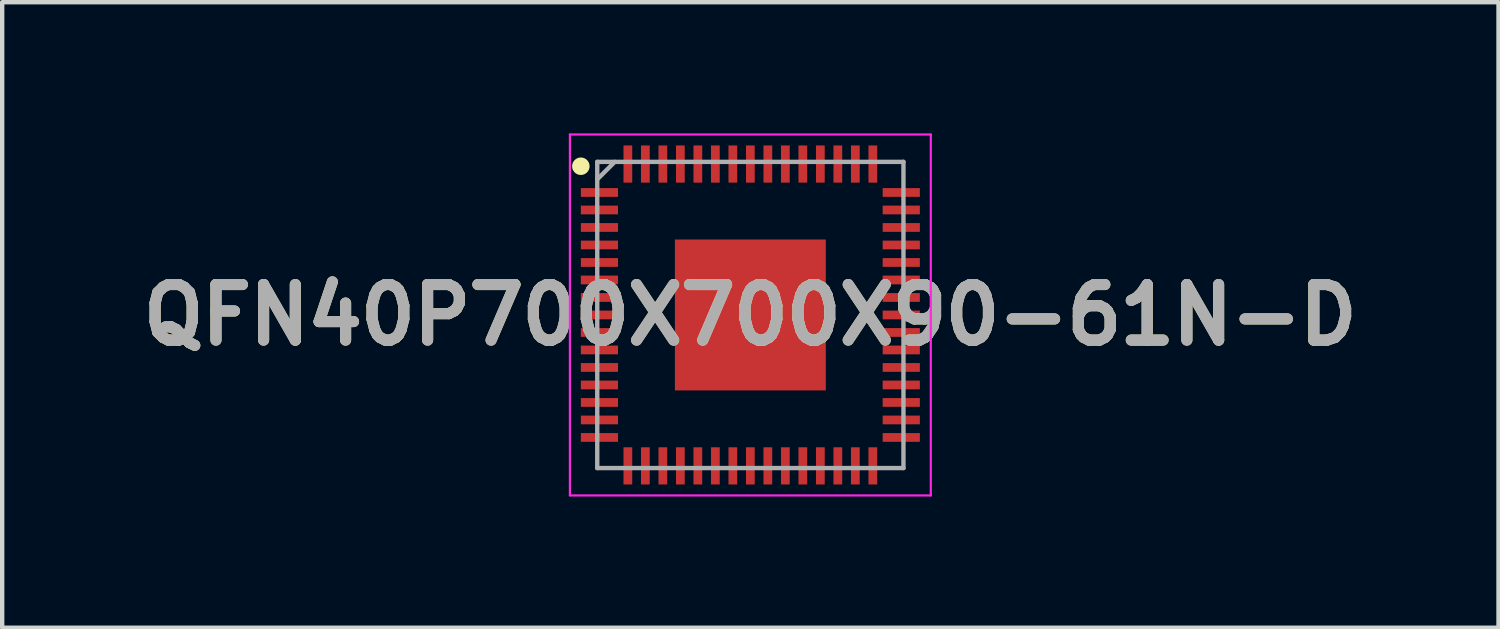
<source format=kicad_pcb>
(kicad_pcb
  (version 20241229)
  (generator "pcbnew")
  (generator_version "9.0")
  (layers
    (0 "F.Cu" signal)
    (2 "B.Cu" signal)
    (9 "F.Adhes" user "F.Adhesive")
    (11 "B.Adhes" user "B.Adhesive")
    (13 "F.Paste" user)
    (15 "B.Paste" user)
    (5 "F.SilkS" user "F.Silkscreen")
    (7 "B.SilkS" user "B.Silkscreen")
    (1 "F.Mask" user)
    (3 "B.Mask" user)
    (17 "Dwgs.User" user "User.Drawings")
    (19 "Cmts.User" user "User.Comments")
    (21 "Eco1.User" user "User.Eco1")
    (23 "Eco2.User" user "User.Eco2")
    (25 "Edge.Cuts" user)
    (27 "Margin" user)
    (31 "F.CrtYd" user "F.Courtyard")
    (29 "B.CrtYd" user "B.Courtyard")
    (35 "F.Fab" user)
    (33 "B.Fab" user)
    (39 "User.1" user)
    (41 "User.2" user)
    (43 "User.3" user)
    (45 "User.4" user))
  (footprint "QFN40P700X700X90-61N-D"
    (layer "F.Cu")
    (at 14.103 4.15)
    (property "Reference" "QFN40P700X700X90-61N-D" (at 0 0 0) (layer "F.SilkS") (effects (font (size 1.27 1.27) (thickness 0.254))))
    (attr smd)
    (fp_circle (center -3.875 -3.4) (end -3.875 -3.3) (stroke (width 0.2) (type solid)) (fill no) (layer "F.SilkS"))
    (fp_line (start -4.125 -4.125) (end 4.125 -4.125) (stroke (width 0.05) (type solid)) (layer "F.CrtYd"))
    (fp_line (start -4.125 4.125) (end -4.125 -4.125) (stroke (width 0.05) (type solid)) (layer "F.CrtYd"))
    (fp_line (start 4.125 -4.125) (end 4.125 4.125) (stroke (width 0.05) (type solid)) (layer "F.CrtYd"))
    (fp_line (start 4.125 4.125) (end -4.125 4.125) (stroke (width 0.05) (type solid)) (layer "F.CrtYd"))
    (fp_line (start -3.5 -3.5) (end 3.5 -3.5) (stroke (width 0.1) (type solid)) (layer "F.Fab"))
    (fp_line (start -3.5 -3.1) (end -3.1 -3.5) (stroke (width 0.1) (type solid)) (layer "F.Fab"))
    (fp_line (start -3.5 3.5) (end -3.5 -3.5) (stroke (width 0.1) (type solid)) (layer "F.Fab"))
    (fp_line (start 3.5 -3.5) (end 3.5 3.5) (stroke (width 0.1) (type solid)) (layer "F.Fab"))
    (fp_line (start 3.5 3.5) (end -3.5 3.5) (stroke (width 0.1) (type solid)) (layer "F.Fab"))
    (fp_text user "${REFERENCE}" (at 0 0 0) (layer "F.Fab") (effects (font (size 1.27 1.27) (thickness 0.254))))
    (pad "1" smd rect (at -3.45 -2.8 90) (size 0.2 0.85) (layers "F.Cu" "F.Mask" "F.Paste"))
    (pad "2" smd rect (at -3.45 -2.4 90) (size 0.2 0.85) (layers "F.Cu" "F.Mask" "F.Paste"))
    (pad "3" smd rect (at -3.45 -2 90) (size 0.2 0.85) (layers "F.Cu" "F.Mask" "F.Paste"))
    (pad "4" smd rect (at -3.45 -1.6 90) (size 0.2 0.85) (layers "F.Cu" "F.Mask" "F.Paste"))
    (pad "5" smd rect (at -3.45 -1.2 90) (size 0.2 0.85) (layers "F.Cu" "F.Mask" "F.Paste"))
    (pad "6" smd rect (at -3.45 -0.8 90) (size 0.2 0.85) (layers "F.Cu" "F.Mask" "F.Paste"))
    (pad "7" smd rect (at -3.45 -0.4 90) (size 0.2 0.85) (layers "F.Cu" "F.Mask" "F.Paste"))
    (pad "8" smd rect (at -3.45 0 90) (size 0.2 0.85) (layers "F.Cu" "F.Mask" "F.Paste"))
    (pad "9" smd rect (at -3.45 0.4 90) (size 0.2 0.85) (layers "F.Cu" "F.Mask" "F.Paste"))
    (pad "10" smd rect (at -3.45 0.8 90) (size 0.2 0.85) (layers "F.Cu" "F.Mask" "F.Paste"))
    (pad "11" smd rect (at -3.45 1.2 90) (size 0.2 0.85) (layers "F.Cu" "F.Mask" "F.Paste"))
    (pad "12" smd rect (at -3.45 1.6 90) (size 0.2 0.85) (layers "F.Cu" "F.Mask" "F.Paste"))
    (pad "13" smd rect (at -3.45 2 90) (size 0.2 0.85) (layers "F.Cu" "F.Mask" "F.Paste"))
    (pad "14" smd rect (at -3.45 2.4 90) (size 0.2 0.85) (layers "F.Cu" "F.Mask" "F.Paste"))
    (pad "15" smd rect (at -3.45 2.8 90) (size 0.2 0.85) (layers "F.Cu" "F.Mask" "F.Paste"))
    (pad "16" smd rect (at -2.8 3.45) (size 0.2 0.85) (layers "F.Cu" "F.Mask" "F.Paste"))
    (pad "17" smd rect (at -2.4 3.45) (size 0.2 0.85) (layers "F.Cu" "F.Mask" "F.Paste"))
    (pad "18" smd rect (at -2 3.45) (size 0.2 0.85) (layers "F.Cu" "F.Mask" "F.Paste"))
    (pad "19" smd rect (at -1.6 3.45) (size 0.2 0.85) (layers "F.Cu" "F.Mask" "F.Paste"))
    (pad "20" smd rect (at -1.2 3.45) (size 0.2 0.85) (layers "F.Cu" "F.Mask" "F.Paste"))
    (pad "21" smd rect (at -0.8 3.45) (size 0.2 0.85) (layers "F.Cu" "F.Mask" "F.Paste"))
    (pad "22" smd rect (at -0.4 3.45) (size 0.2 0.85) (layers "F.Cu" "F.Mask" "F.Paste"))
    (pad "23" smd rect (at 0 3.45) (size 0.2 0.85) (layers "F.Cu" "F.Mask" "F.Paste"))
    (pad "24" smd rect (at 0.4 3.45) (size 0.2 0.85) (layers "F.Cu" "F.Mask" "F.Paste"))
    (pad "25" smd rect (at 0.8 3.45) (size 0.2 0.85) (layers "F.Cu" "F.Mask" "F.Paste"))
    (pad "26" smd rect (at 1.2 3.45) (size 0.2 0.85) (layers "F.Cu" "F.Mask" "F.Paste"))
    (pad "27" smd rect (at 1.6 3.45) (size 0.2 0.85) (layers "F.Cu" "F.Mask" "F.Paste"))
    (pad "28" smd rect (at 2 3.45) (size 0.2 0.85) (layers "F.Cu" "F.Mask" "F.Paste"))
    (pad "29" smd rect (at 2.4 3.45) (size 0.2 0.85) (layers "F.Cu" "F.Mask" "F.Paste"))
    (pad "30" smd rect (at 2.8 3.45) (size 0.2 0.85) (layers "F.Cu" "F.Mask" "F.Paste"))
    (pad "31" smd rect (at 3.45 2.8 90) (size 0.2 0.85) (layers "F.Cu" "F.Mask" "F.Paste"))
    (pad "32" smd rect (at 3.45 2.4 90) (size 0.2 0.85) (layers "F.Cu" "F.Mask" "F.Paste"))
    (pad "33" smd rect (at 3.45 2 90) (size 0.2 0.85) (layers "F.Cu" "F.Mask" "F.Paste"))
    (pad "34" smd rect (at 3.45 1.6 90) (size 0.2 0.85) (layers "F.Cu" "F.Mask" "F.Paste"))
    (pad "35" smd rect (at 3.45 1.2 90) (size 0.2 0.85) (layers "F.Cu" "F.Mask" "F.Paste"))
    (pad "36" smd rect (at 3.45 0.8 90) (size 0.2 0.85) (layers "F.Cu" "F.Mask" "F.Paste"))
    (pad "37" smd rect (at 3.45 0.4 90) (size 0.2 0.85) (layers "F.Cu" "F.Mask" "F.Paste"))
    (pad "38" smd rect (at 3.45 0 90) (size 0.2 0.85) (layers "F.Cu" "F.Mask" "F.Paste"))
    (pad "39" smd rect (at 3.45 -0.4 90) (size 0.2 0.85) (layers "F.Cu" "F.Mask" "F.Paste"))
    (pad "40" smd rect (at 3.45 -0.8 90) (size 0.2 0.85) (layers "F.Cu" "F.Mask" "F.Paste"))
    (pad "41" smd rect (at 3.45 -1.2 90) (size 0.2 0.85) (layers "F.Cu" "F.Mask" "F.Paste"))
    (pad "42" smd rect (at 3.45 -1.6 90) (size 0.2 0.85) (layers "F.Cu" "F.Mask" "F.Paste"))
    (pad "43" smd rect (at 3.45 -2 90) (size 0.2 0.85) (layers "F.Cu" "F.Mask" "F.Paste"))
    (pad "44" smd rect (at 3.45 -2.4 90) (size 0.2 0.85) (layers "F.Cu" "F.Mask" "F.Paste"))
    (pad "45" smd rect (at 3.45 -2.8 90) (size 0.2 0.85) (layers "F.Cu" "F.Mask" "F.Paste"))
    (pad "46" smd rect (at 2.8 -3.45) (size 0.2 0.85) (layers "F.Cu" "F.Mask" "F.Paste"))
    (pad "47" smd rect (at 2.4 -3.45) (size 0.2 0.85) (layers "F.Cu" "F.Mask" "F.Paste"))
    (pad "48" smd rect (at 2 -3.45) (size 0.2 0.85) (layers "F.Cu" "F.Mask" "F.Paste"))
    (pad "49" smd rect (at 1.6 -3.45) (size 0.2 0.85) (layers "F.Cu" "F.Mask" "F.Paste"))
    (pad "50" smd rect (at 1.2 -3.45) (size 0.2 0.85) (layers "F.Cu" "F.Mask" "F.Paste"))
    (pad "51" smd rect (at 0.8 -3.45) (size 0.2 0.85) (layers "F.Cu" "F.Mask" "F.Paste"))
    (pad "52" smd rect (at 0.4 -3.45) (size 0.2 0.85) (layers "F.Cu" "F.Mask" "F.Paste"))
    (pad "53" smd rect (at 0 -3.45) (size 0.2 0.85) (layers "F.Cu" "F.Mask" "F.Paste"))
    (pad "54" smd rect (at -0.4 -3.45) (size 0.2 0.85) (layers "F.Cu" "F.Mask" "F.Paste"))
    (pad "55" smd rect (at -0.8 -3.45) (size 0.2 0.85) (layers "F.Cu" "F.Mask" "F.Paste"))
    (pad "56" smd rect (at -1.2 -3.45) (size 0.2 0.85) (layers "F.Cu" "F.Mask" "F.Paste"))
    (pad "57" smd rect (at -1.6 -3.45) (size 0.2 0.85) (layers "F.Cu" "F.Mask" "F.Paste"))
    (pad "58" smd rect (at -2 -3.45) (size 0.2 0.85) (layers "F.Cu" "F.Mask" "F.Paste"))
    (pad "59" smd rect (at -2.4 -3.45) (size 0.2 0.85) (layers "F.Cu" "F.Mask" "F.Paste"))
    (pad "60" smd rect (at -2.8 -3.45) (size 0.2 0.85) (layers "F.Cu" "F.Mask" "F.Paste"))
    (pad "61" smd rect (at 0 0) (size 3.45 3.45) (layers "F.Cu" "F.Mask" "F.Paste")))
  (gr_rect
    (start -3 -3)
    (end 31.206 11.3)
    (stroke (width 0.1) (type default))
    (fill no)
    (layer "Edge.Cuts")))
</source>
